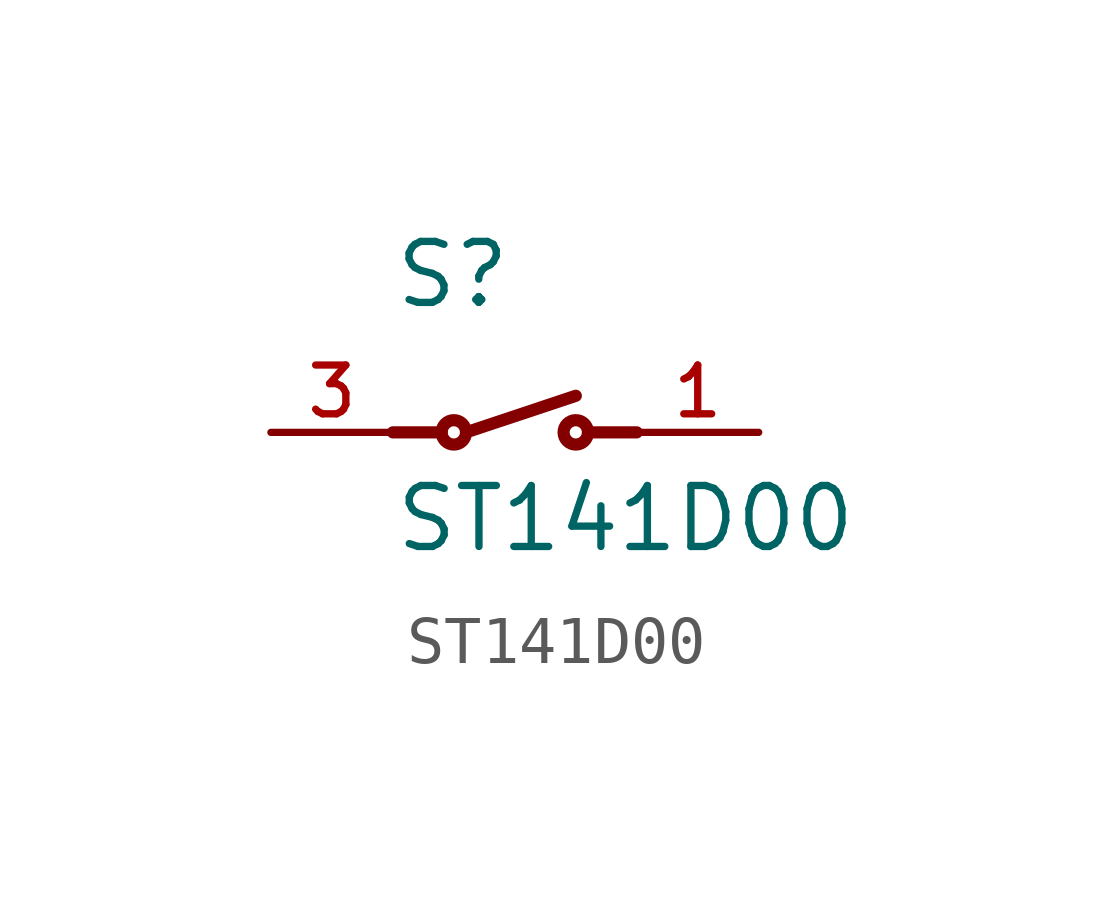
<source format=kicad_sym>
(kicad_symbol_lib
  (version 20211014)
  (generator kicad_symbol_editor)
  (symbol "ST141D00"
    (pin_names
      (offset 1.016))
    (property "Reference" "S"
      (at -2.544 2.544 0)
      (effects (font (size 1.27 1.27)) (justify bottom left)))
    (property "Value" "ST141D00"
      (at -2.54 -2.54 0)
      (effects (font (size 1.27 1.27)) (justify bottom left)))
    (symbol "ST141D00_0_0"
      (circle (center -1.27 0.0) (radius 0.254) (stroke (width 0.254)) (fill (type none)))
      (circle (center 1.27 0.0) (radius 0.254) (stroke (width 0.254)) (fill (type none)))
      (polyline (pts (xy -1.016 0.0) (xy 1.27 0.762)) (stroke (width 0.254)))
      (polyline (pts (xy -1.524 0.0) (xy -2.54 0.0)) (stroke (width 0.254)))
      (polyline (pts (xy 1.524 0.0) (xy 2.54 0.0)) (stroke (width 0.254)))
      (pin passive line (at -5.08 0.0 0) (length 2.54) (name "~" (effects (font (size 1.016 1.016)))) (number "3" (effects (font (size 1.016 1.016)))))
      (pin passive line (at 5.08 0.0 180.0) (length 2.54) (name "~" (effects (font (size 1.016 1.016)))) (number "1" (effects (font (size 1.016 1.016))))))))
</source>
